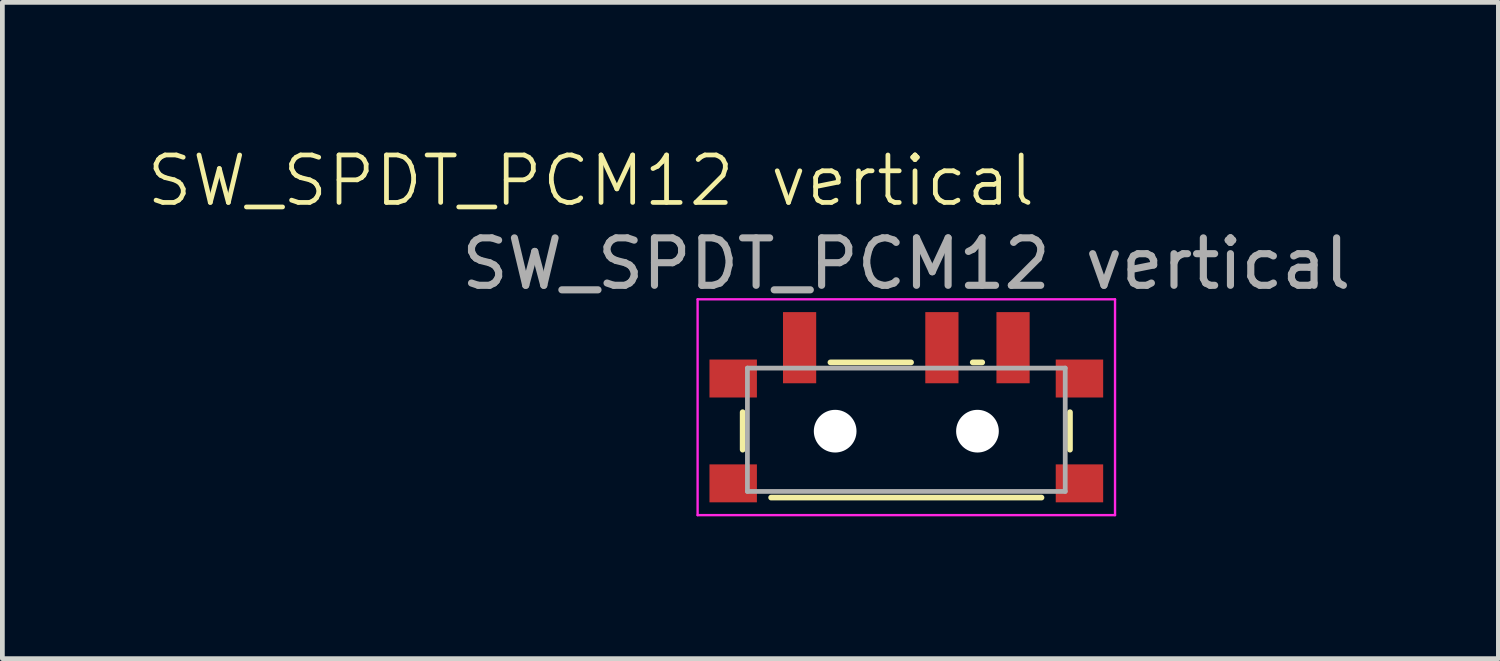
<source format=kicad_pcb>
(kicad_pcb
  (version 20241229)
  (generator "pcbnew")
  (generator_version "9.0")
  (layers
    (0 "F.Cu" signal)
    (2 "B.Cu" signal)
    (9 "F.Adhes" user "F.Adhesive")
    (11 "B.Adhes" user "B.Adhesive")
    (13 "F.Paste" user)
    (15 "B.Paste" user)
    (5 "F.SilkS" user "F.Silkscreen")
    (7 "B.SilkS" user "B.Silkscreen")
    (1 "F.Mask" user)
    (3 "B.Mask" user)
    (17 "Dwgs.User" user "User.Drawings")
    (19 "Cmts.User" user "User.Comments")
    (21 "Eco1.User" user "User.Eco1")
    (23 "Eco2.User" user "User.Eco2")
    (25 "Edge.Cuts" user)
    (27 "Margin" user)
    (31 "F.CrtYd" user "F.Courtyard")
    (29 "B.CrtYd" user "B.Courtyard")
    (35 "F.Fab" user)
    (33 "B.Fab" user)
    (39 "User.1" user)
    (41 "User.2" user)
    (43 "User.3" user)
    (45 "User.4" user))
  (footprint "SW_SPDT_PCM12 vertical"
    (layer "F.Cu")
    (at 13.807 4.28)
    (property "Reference" "SW_SPDT_PCM12 vertical" (at -4.4 -3.52 0) (unlocked yes) (layer "F.SilkS") (effects (font (size 1 1) (thickness 0.1))))
    (attr smd)
    (fp_line (start -1.2 1.36) (end -1.2 2.15) (stroke (width 0.12) (type solid)) (layer "F.SilkS"))
    (fp_line (start -0.6 3.16) (end 5.1 3.16) (stroke (width 0.12) (type solid)) (layer "F.SilkS"))
    (fp_line (start 0.65 0.31) (end 2.35 0.31) (stroke (width 0.12) (type solid)) (layer "F.SilkS"))
    (fp_line (start 3.65 0.31) (end 3.85 0.31) (stroke (width 0.12) (type solid)) (layer "F.SilkS"))
    (fp_line (start 5.7 2.15) (end 5.7 1.36) (stroke (width 0.12) (type solid)) (layer "F.SilkS"))
    (fp_line (start -2.15 -1.02) (end 6.65 -1.02) (stroke (width 0.05) (type solid)) (layer "F.CrtYd"))
    (fp_line (start -2.15 3.53) (end -2.15 -1.02) (stroke (width 0.05) (type solid)) (layer "F.CrtYd"))
    (fp_line (start 6.65 -1.02) (end 6.65 3.53) (stroke (width 0.05) (type solid)) (layer "F.CrtYd"))
    (fp_line (start 6.65 3.53) (end -2.15 3.53) (stroke (width 0.05) (type solid)) (layer "F.CrtYd"))
    (fp_line (start -1.1 0.43) (end -1.1 3.03) (stroke (width 0.1) (type solid)) (layer "F.Fab"))
    (fp_line (start -1.1 3.03) (end 5.6 3.03) (stroke (width 0.1) (type solid)) (layer "F.Fab"))
    (fp_line (start 5.6 0.43) (end -1.1 0.43) (stroke (width 0.1) (type solid)) (layer "F.Fab"))
    (fp_line (start 5.6 3.03) (end 5.6 0.43) (stroke (width 0.1) (type solid)) (layer "F.Fab"))
    (fp_text user "${REFERENCE}" (at 2.25 -1.77 0) (layer "F.Fab") (effects (font (size 1 1) (thickness 0.15))))
    (pad "" smd rect (at -1.4 0.65) (size 1 0.8) (layers "F.Cu" "F.Mask" "F.Paste"))
    (pad "" smd rect (at -1.4 2.86) (size 1 0.8) (layers "F.Cu" "F.Mask" "F.Paste"))
    (pad "" np_thru_hole circle (at 0.75 1.76) (size 0.9 0.9) (drill 0.9) (layers "*.Cu" "*.Mask"))
    (pad "" np_thru_hole circle (at 3.75 1.76) (size 0.9 0.9) (drill 0.9) (layers "*.Cu" "*.Mask"))
    (pad "" smd rect (at 5.9 0.65) (size 1 0.8) (layers "F.Cu" "F.Mask" "F.Paste"))
    (pad "" smd rect (at 5.9 2.86) (size 1 0.8) (layers "F.Cu" "F.Mask" "F.Paste"))
    (pad "1" smd rect (at 0 0) (size 0.7 1.5) (layers "F.Cu" "F.Mask" "F.Paste"))
    (pad "2" smd rect (at 3 0) (size 0.7 1.5) (layers "F.Cu" "F.Mask" "F.Paste"))
    (pad "3" smd rect (at 4.5 0) (size 0.7 1.5) (layers "F.Cu" "F.Mask" "F.Paste")))
  (gr_rect
    (start -3 -3)
    (end 28.539 10.835)
    (stroke (width 0.1) (type default))
    (fill no)
    (layer "Edge.Cuts")))
</source>
